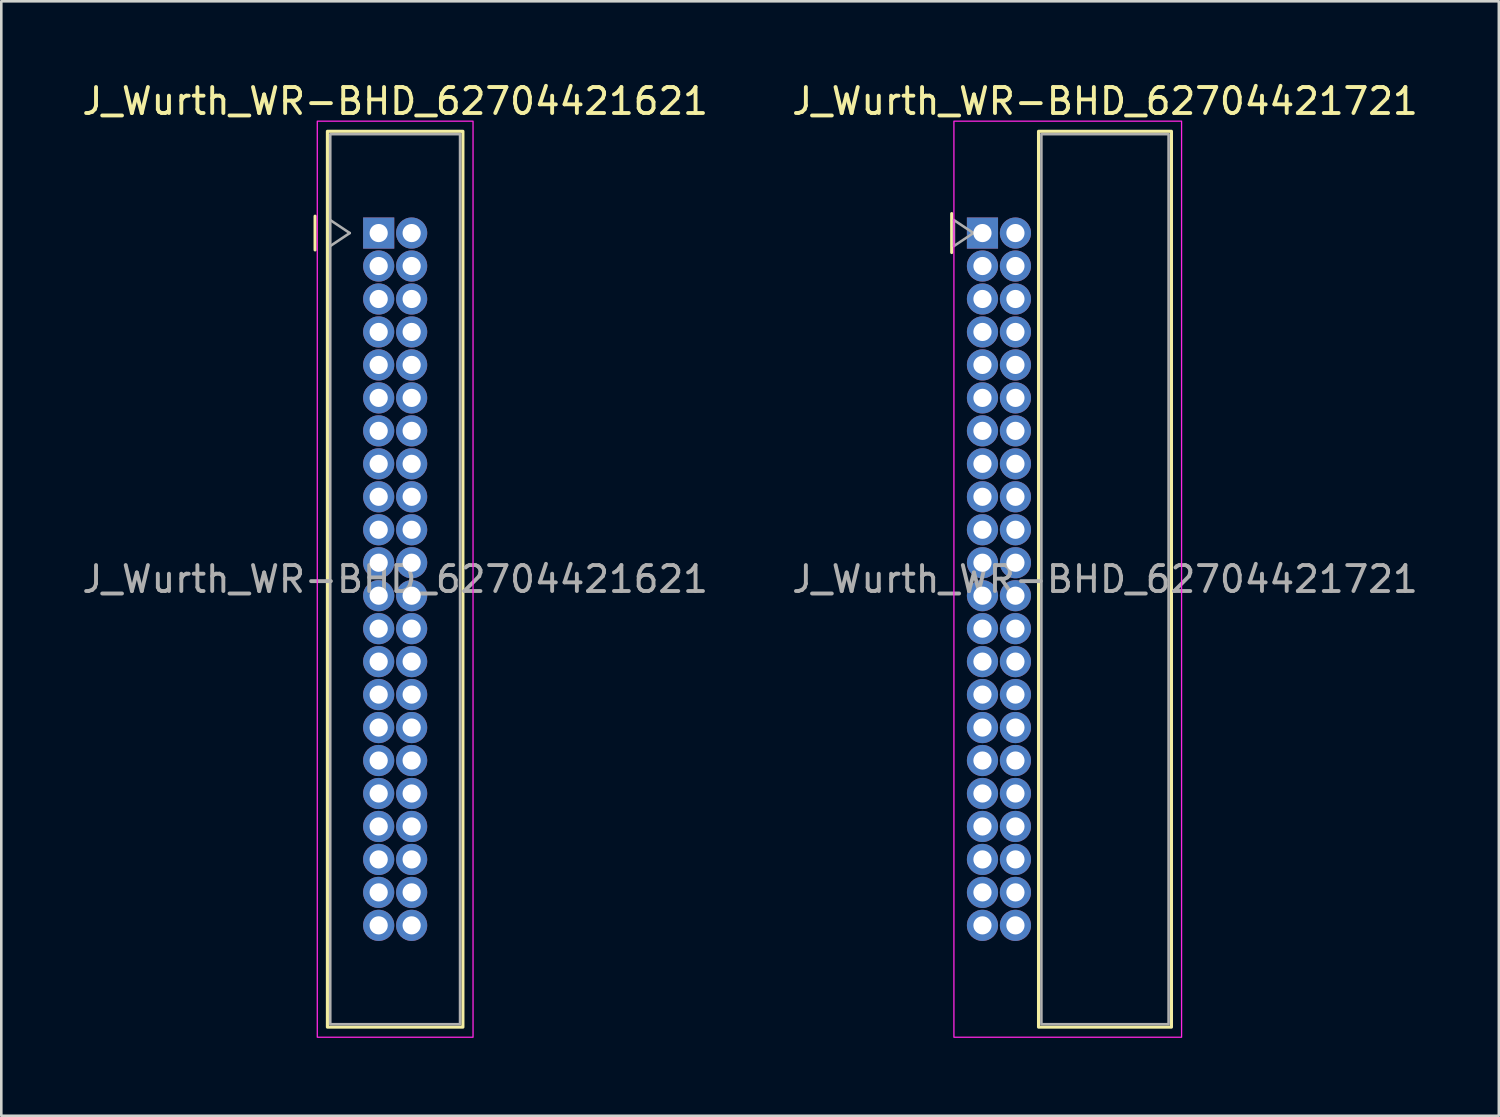
<source format=kicad_pcb>
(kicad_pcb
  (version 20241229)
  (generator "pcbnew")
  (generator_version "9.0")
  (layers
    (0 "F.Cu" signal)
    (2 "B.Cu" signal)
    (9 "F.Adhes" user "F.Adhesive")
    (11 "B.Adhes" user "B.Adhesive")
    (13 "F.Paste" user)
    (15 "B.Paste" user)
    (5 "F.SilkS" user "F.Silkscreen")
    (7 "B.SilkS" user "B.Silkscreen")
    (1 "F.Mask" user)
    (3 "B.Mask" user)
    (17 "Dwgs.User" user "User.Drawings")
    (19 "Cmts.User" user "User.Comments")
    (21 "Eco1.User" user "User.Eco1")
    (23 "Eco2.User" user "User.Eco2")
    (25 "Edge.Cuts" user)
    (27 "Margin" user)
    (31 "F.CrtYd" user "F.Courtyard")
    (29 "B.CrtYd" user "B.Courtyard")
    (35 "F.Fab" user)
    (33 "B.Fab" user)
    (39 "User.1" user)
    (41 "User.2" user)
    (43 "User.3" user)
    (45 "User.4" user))
  (footprint "J_Wurth_WR-BHD_62704421621"
    (layer "F.Cu")
    (at 11.538 5.928)
    (property "Reference" "J_Wurth_WR-BHD_62704421621" (at 0.635 -5.08 0) (unlocked yes) (layer "F.SilkS") (effects (font (size 1 1) (thickness 0.15))))
    (attr through_hole)
    (fp_line (start -2.45 -0.65) (end -2.45 0.65) (stroke (width 0.12) (type solid)) (layer "F.SilkS"))
    (fp_rect (start -1.975 -3.92) (end 3.245 30.59) (stroke (width 0.12) (type default)) (fill no) (layer "F.SilkS"))
    (fp_rect (start -2.365 -4.31) (end 3.635 30.98) (stroke (width 0.05) (type solid)) (fill no) (layer "F.CrtYd"))
    (fp_line (start -1.115 0) (end -1.865 -0.5) (stroke (width 0.1) (type solid)) (layer "F.Fab"))
    (fp_line (start -1.115 0) (end -1.865 0.5) (stroke (width 0.1) (type solid)) (layer "F.Fab"))
    (fp_rect (start -1.865 -3.81) (end 3.135 30.48) (stroke (width 0.1) (type solid)) (fill no) (layer "F.Fab"))
    (fp_text user "${REFERENCE}" (at 0.635 13.335 0) (unlocked yes) (layer "F.Fab") (effects (font (size 1 1) (thickness 0.15))))
    (pad "1" thru_hole rect (at 0 0 90) (size 1.2 1.2) (drill 0.7) (layers "*.Cu" "*.Mask"))
    (pad "2" thru_hole circle (at 1.27 0 90) (size 1.2 1.2) (drill 0.7) (layers "*.Cu" "*.Mask"))
    (pad "3" thru_hole circle (at 0 1.27 90) (size 1.2 1.2) (drill 0.7) (layers "*.Cu" "*.Mask"))
    (pad "4" thru_hole circle (at 1.27 1.27 90) (size 1.2 1.2) (drill 0.7) (layers "*.Cu" "*.Mask"))
    (pad "5" thru_hole circle (at 0 2.54 90) (size 1.2 1.2) (drill 0.7) (layers "*.Cu" "*.Mask"))
    (pad "6" thru_hole circle (at 1.27 2.54 90) (size 1.2 1.2) (drill 0.7) (layers "*.Cu" "*.Mask"))
    (pad "7" thru_hole circle (at 0 3.81 90) (size 1.2 1.2) (drill 0.7) (layers "*.Cu" "*.Mask"))
    (pad "8" thru_hole circle (at 1.27 3.81 90) (size 1.2 1.2) (drill 0.7) (layers "*.Cu" "*.Mask"))
    (pad "9" thru_hole circle (at 0 5.08 90) (size 1.2 1.2) (drill 0.7) (layers "*.Cu" "*.Mask"))
    (pad "10" thru_hole circle (at 1.27 5.08 90) (size 1.2 1.2) (drill 0.7) (layers "*.Cu" "*.Mask"))
    (pad "11" thru_hole circle (at 0 6.35 90) (size 1.2 1.2) (drill 0.7) (layers "*.Cu" "*.Mask"))
    (pad "12" thru_hole circle (at 1.27 6.35 90) (size 1.2 1.2) (drill 0.7) (layers "*.Cu" "*.Mask"))
    (pad "13" thru_hole circle (at 0 7.62 90) (size 1.2 1.2) (drill 0.7) (layers "*.Cu" "*.Mask"))
    (pad "14" thru_hole circle (at 1.27 7.62 90) (size 1.2 1.2) (drill 0.7) (layers "*.Cu" "*.Mask"))
    (pad "15" thru_hole circle (at 0 8.89 90) (size 1.2 1.2) (drill 0.7) (layers "*.Cu" "*.Mask"))
    (pad "16" thru_hole circle (at 1.27 8.89 90) (size 1.2 1.2) (drill 0.7) (layers "*.Cu" "*.Mask"))
    (pad "17" thru_hole circle (at 0 10.16 90) (size 1.2 1.2) (drill 0.7) (layers "*.Cu" "*.Mask"))
    (pad "18" thru_hole circle (at 1.27 10.16 90) (size 1.2 1.2) (drill 0.7) (layers "*.Cu" "*.Mask"))
    (pad "19" thru_hole circle (at 0 11.43 90) (size 1.2 1.2) (drill 0.7) (layers "*.Cu" "*.Mask"))
    (pad "20" thru_hole circle (at 1.27 11.43 90) (size 1.2 1.2) (drill 0.7) (layers "*.Cu" "*.Mask"))
    (pad "21" thru_hole circle (at 0 12.7 90) (size 1.2 1.2) (drill 0.7) (layers "*.Cu" "*.Mask"))
    (pad "22" thru_hole circle (at 1.27 12.7 90) (size 1.2 1.2) (drill 0.7) (layers "*.Cu" "*.Mask"))
    (pad "23" thru_hole circle (at 0 13.97 90) (size 1.2 1.2) (drill 0.7) (layers "*.Cu" "*.Mask"))
    (pad "24" thru_hole circle (at 1.27 13.97 90) (size 1.2 1.2) (drill 0.7) (layers "*.Cu" "*.Mask"))
    (pad "25" thru_hole circle (at 0 15.24 90) (size 1.2 1.2) (drill 0.7) (layers "*.Cu" "*.Mask"))
    (pad "26" thru_hole circle (at 1.27 15.24 90) (size 1.2 1.2) (drill 0.7) (layers "*.Cu" "*.Mask"))
    (pad "27" thru_hole circle (at 0 16.51 90) (size 1.2 1.2) (drill 0.7) (layers "*.Cu" "*.Mask"))
    (pad "28" thru_hole circle (at 1.27 16.51 90) (size 1.2 1.2) (drill 0.7) (layers "*.Cu" "*.Mask"))
    (pad "29" thru_hole circle (at 0 17.78 90) (size 1.2 1.2) (drill 0.7) (layers "*.Cu" "*.Mask"))
    (pad "30" thru_hole circle (at 1.27 17.78 90) (size 1.2 1.2) (drill 0.7) (layers "*.Cu" "*.Mask"))
    (pad "31" thru_hole circle (at 0 19.05 90) (size 1.2 1.2) (drill 0.7) (layers "*.Cu" "*.Mask"))
    (pad "32" thru_hole circle (at 1.27 19.05 90) (size 1.2 1.2) (drill 0.7) (layers "*.Cu" "*.Mask"))
    (pad "33" thru_hole circle (at 0 20.32 90) (size 1.2 1.2) (drill 0.7) (layers "*.Cu" "*.Mask"))
    (pad "34" thru_hole circle (at 1.27 20.32 90) (size 1.2 1.2) (drill 0.7) (layers "*.Cu" "*.Mask"))
    (pad "35" thru_hole circle (at 0 21.59 90) (size 1.2 1.2) (drill 0.7) (layers "*.Cu" "*.Mask"))
    (pad "36" thru_hole circle (at 1.27 21.59 90) (size 1.2 1.2) (drill 0.7) (layers "*.Cu" "*.Mask"))
    (pad "37" thru_hole circle (at 0 22.86 90) (size 1.2 1.2) (drill 0.7) (layers "*.Cu" "*.Mask"))
    (pad "38" thru_hole circle (at 1.27 22.86 90) (size 1.2 1.2) (drill 0.7) (layers "*.Cu" "*.Mask"))
    (pad "39" thru_hole circle (at 0 24.13 90) (size 1.2 1.2) (drill 0.7) (layers "*.Cu" "*.Mask"))
    (pad "40" thru_hole circle (at 1.27 24.13 90) (size 1.2 1.2) (drill 0.7) (layers "*.Cu" "*.Mask"))
    (pad "41" thru_hole circle (at 0 25.4 90) (size 1.2 1.2) (drill 0.7) (layers "*.Cu" "*.Mask"))
    (pad "42" thru_hole circle (at 1.27 25.4 90) (size 1.2 1.2) (drill 0.7) (layers "*.Cu" "*.Mask"))
    (pad "43" thru_hole circle (at 0 26.67 90) (size 1.2 1.2) (drill 0.7) (layers "*.Cu" "*.Mask"))
    (pad "44" thru_hole circle (at 1.27 26.67 90) (size 1.2 1.2) (drill 0.7) (layers "*.Cu" "*.Mask")))
  (footprint "J_Wurth_WR-BHD_62704421721"
    (layer "F.Cu")
    (at 34.798 5.928)
    (property "Reference" "J_Wurth_WR-BHD_62704421721" (at 4.72 -5.08 0) (unlocked yes) (layer "F.SilkS") (effects (font (size 1 1) (thickness 0.15))))
    (attr through_hole)
    (fp_line (start -1.185 -0.75) (end -1.185 0.75) (stroke (width 0.12) (type solid)) (layer "F.SilkS"))
    (fp_rect (start 2.16 -3.92) (end 7.28 30.59) (stroke (width 0.12) (type solid)) (fill no) (layer "F.SilkS"))
    (fp_rect (start -1.1 -4.31) (end 7.67 30.98) (stroke (width 0.05) (type solid)) (fill no) (layer "F.CrtYd"))
    (fp_line (start -1.1 0.5) (end -1.1 -0.5) (stroke (width 0.1) (type default)) (layer "F.Fab"))
    (fp_line (start -0.35 0) (end -1.1 -0.5) (stroke (width 0.1) (type solid)) (layer "F.Fab"))
    (fp_line (start -0.35 0) (end -1.1 0.5) (stroke (width 0.1) (type solid)) (layer "F.Fab"))
    (fp_rect (start 2.27 -3.81) (end 7.17 30.48) (stroke (width 0.1) (type solid)) (fill no) (layer "F.Fab"))
    (fp_text user "${REFERENCE}" (at 4.72 13.335 0) (unlocked yes) (layer "F.Fab") (effects (font (size 1 1) (thickness 0.15))))
    (pad "1" thru_hole rect (at 0 0 90) (size 1.2 1.2) (drill 0.7) (layers "*.Cu" "*.Mask"))
    (pad "2" thru_hole circle (at 1.27 0 90) (size 1.2 1.2) (drill 0.7) (layers "*.Cu" "*.Mask"))
    (pad "3" thru_hole circle (at 0 1.27 90) (size 1.2 1.2) (drill 0.7) (layers "*.Cu" "*.Mask"))
    (pad "4" thru_hole circle (at 1.27 1.27 90) (size 1.2 1.2) (drill 0.7) (layers "*.Cu" "*.Mask"))
    (pad "5" thru_hole circle (at 0 2.54 90) (size 1.2 1.2) (drill 0.7) (layers "*.Cu" "*.Mask"))
    (pad "6" thru_hole circle (at 1.27 2.54 90) (size 1.2 1.2) (drill 0.7) (layers "*.Cu" "*.Mask"))
    (pad "7" thru_hole circle (at 0 3.81 90) (size 1.2 1.2) (drill 0.7) (layers "*.Cu" "*.Mask"))
    (pad "8" thru_hole circle (at 1.27 3.81 90) (size 1.2 1.2) (drill 0.7) (layers "*.Cu" "*.Mask"))
    (pad "9" thru_hole circle (at 0 5.08 90) (size 1.2 1.2) (drill 0.7) (layers "*.Cu" "*.Mask"))
    (pad "10" thru_hole circle (at 1.27 5.08 90) (size 1.2 1.2) (drill 0.7) (layers "*.Cu" "*.Mask"))
    (pad "11" thru_hole circle (at 0 6.35 90) (size 1.2 1.2) (drill 0.7) (layers "*.Cu" "*.Mask"))
    (pad "12" thru_hole circle (at 1.27 6.35 90) (size 1.2 1.2) (drill 0.7) (layers "*.Cu" "*.Mask"))
    (pad "13" thru_hole circle (at 0 7.62 90) (size 1.2 1.2) (drill 0.7) (layers "*.Cu" "*.Mask"))
    (pad "14" thru_hole circle (at 1.27 7.62 90) (size 1.2 1.2) (drill 0.7) (layers "*.Cu" "*.Mask"))
    (pad "15" thru_hole circle (at 0 8.89 90) (size 1.2 1.2) (drill 0.7) (layers "*.Cu" "*.Mask"))
    (pad "16" thru_hole circle (at 1.27 8.89 90) (size 1.2 1.2) (drill 0.7) (layers "*.Cu" "*.Mask"))
    (pad "17" thru_hole circle (at 0 10.16 90) (size 1.2 1.2) (drill 0.7) (layers "*.Cu" "*.Mask"))
    (pad "18" thru_hole circle (at 1.27 10.16 90) (size 1.2 1.2) (drill 0.7) (layers "*.Cu" "*.Mask"))
    (pad "19" thru_hole circle (at 0 11.43 90) (size 1.2 1.2) (drill 0.7) (layers "*.Cu" "*.Mask"))
    (pad "20" thru_hole circle (at 1.27 11.43 90) (size 1.2 1.2) (drill 0.7) (layers "*.Cu" "*.Mask"))
    (pad "21" thru_hole circle (at 0 12.7 90) (size 1.2 1.2) (drill 0.7) (layers "*.Cu" "*.Mask"))
    (pad "22" thru_hole circle (at 1.27 12.7 90) (size 1.2 1.2) (drill 0.7) (layers "*.Cu" "*.Mask"))
    (pad "23" thru_hole circle (at 0 13.97 90) (size 1.2 1.2) (drill 0.7) (layers "*.Cu" "*.Mask"))
    (pad "24" thru_hole circle (at 1.27 13.97 90) (size 1.2 1.2) (drill 0.7) (layers "*.Cu" "*.Mask"))
    (pad "25" thru_hole circle (at 0 15.24 90) (size 1.2 1.2) (drill 0.7) (layers "*.Cu" "*.Mask"))
    (pad "26" thru_hole circle (at 1.27 15.24 90) (size 1.2 1.2) (drill 0.7) (layers "*.Cu" "*.Mask"))
    (pad "27" thru_hole circle (at 0 16.51 90) (size 1.2 1.2) (drill 0.7) (layers "*.Cu" "*.Mask"))
    (pad "28" thru_hole circle (at 1.27 16.51 90) (size 1.2 1.2) (drill 0.7) (layers "*.Cu" "*.Mask"))
    (pad "29" thru_hole circle (at 0 17.78 90) (size 1.2 1.2) (drill 0.7) (layers "*.Cu" "*.Mask"))
    (pad "30" thru_hole circle (at 1.27 17.78 90) (size 1.2 1.2) (drill 0.7) (layers "*.Cu" "*.Mask"))
    (pad "31" thru_hole circle (at 0 19.05 90) (size 1.2 1.2) (drill 0.7) (layers "*.Cu" "*.Mask"))
    (pad "32" thru_hole circle (at 1.27 19.05 90) (size 1.2 1.2) (drill 0.7) (layers "*.Cu" "*.Mask"))
    (pad "33" thru_hole circle (at 0 20.32 90) (size 1.2 1.2) (drill 0.7) (layers "*.Cu" "*.Mask"))
    (pad "34" thru_hole circle (at 1.27 20.32 90) (size 1.2 1.2) (drill 0.7) (layers "*.Cu" "*.Mask"))
    (pad "35" thru_hole circle (at 0 21.59 90) (size 1.2 1.2) (drill 0.7) (layers "*.Cu" "*.Mask"))
    (pad "36" thru_hole circle (at 1.27 21.59 90) (size 1.2 1.2) (drill 0.7) (layers "*.Cu" "*.Mask"))
    (pad "37" thru_hole circle (at 0 22.86 90) (size 1.2 1.2) (drill 0.7) (layers "*.Cu" "*.Mask"))
    (pad "38" thru_hole circle (at 1.27 22.86 90) (size 1.2 1.2) (drill 0.7) (layers "*.Cu" "*.Mask"))
    (pad "39" thru_hole circle (at 0 24.13 90) (size 1.2 1.2) (drill 0.7) (layers "*.Cu" "*.Mask"))
    (pad "40" thru_hole circle (at 1.27 24.13 90) (size 1.2 1.2) (drill 0.7) (layers "*.Cu" "*.Mask"))
    (pad "41" thru_hole circle (at 0 25.4 90) (size 1.2 1.2) (drill 0.7) (layers "*.Cu" "*.Mask"))
    (pad "42" thru_hole circle (at 1.27 25.4 90) (size 1.2 1.2) (drill 0.7) (layers "*.Cu" "*.Mask"))
    (pad "43" thru_hole circle (at 0 26.67 90) (size 1.2 1.2) (drill 0.7) (layers "*.Cu" "*.Mask"))
    (pad "44" thru_hole circle (at 1.27 26.67 90) (size 1.2 1.2) (drill 0.7) (layers "*.Cu" "*.Mask")))
  (gr_rect
    (start -3 -3)
    (end 54.69 39.933)
    (stroke (width 0.1) (type default))
    (fill no)
    (layer "Edge.Cuts")))
</source>
